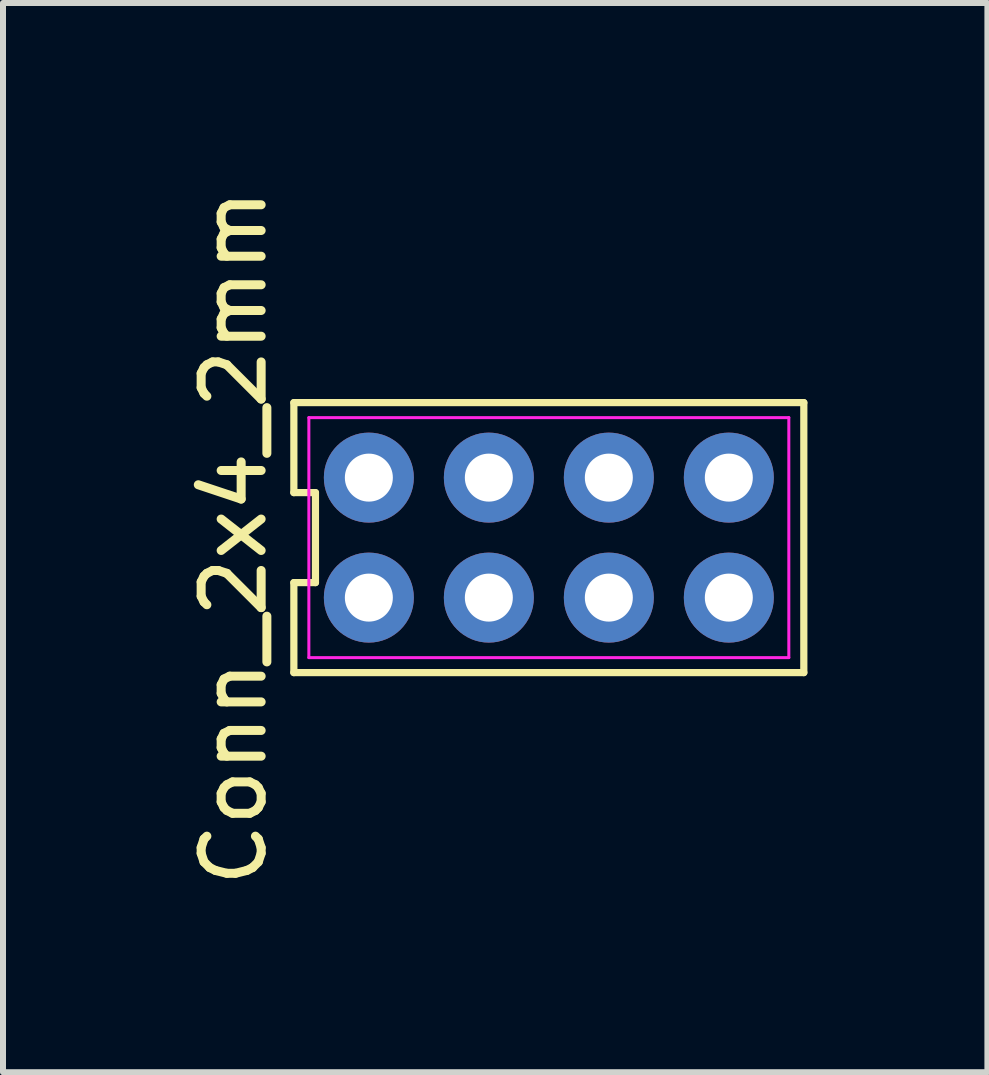
<source format=kicad_pcb>
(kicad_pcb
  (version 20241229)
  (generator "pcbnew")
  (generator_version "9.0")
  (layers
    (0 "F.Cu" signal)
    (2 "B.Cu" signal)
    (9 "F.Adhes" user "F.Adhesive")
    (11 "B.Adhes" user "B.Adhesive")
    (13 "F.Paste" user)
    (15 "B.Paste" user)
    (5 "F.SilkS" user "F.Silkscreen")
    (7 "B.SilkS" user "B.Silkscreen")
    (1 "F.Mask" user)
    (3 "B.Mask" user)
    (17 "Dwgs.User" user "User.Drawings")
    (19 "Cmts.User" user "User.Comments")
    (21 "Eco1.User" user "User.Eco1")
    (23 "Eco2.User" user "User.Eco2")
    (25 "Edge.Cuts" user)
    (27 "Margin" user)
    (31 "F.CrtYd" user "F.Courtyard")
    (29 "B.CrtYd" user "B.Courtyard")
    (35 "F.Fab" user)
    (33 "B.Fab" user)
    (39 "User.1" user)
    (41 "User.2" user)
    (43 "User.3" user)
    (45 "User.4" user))
  (footprint "Conn_2x4_2mm"
    (layer "F.Cu")
    (at 6.098 5.911)
    (property "Reference" "Conn_2x4_2mm" (at -5.25 0 90) (layer "F.SilkS") (effects (font (size 1 1) (thickness 0.15))))
    (attr through_hole)
    (fp_line (start -4.25 -2.25) (end -4.25 -0.75) (stroke (width 0.12) (type solid)) (layer "F.SilkS"))
    (fp_line (start -4.25 -0.75) (end -3.89 -0.75) (stroke (width 0.12) (type solid)) (layer "F.SilkS"))
    (fp_line (start -4.25 0.75) (end -4.25 2.25) (stroke (width 0.12) (type solid)) (layer "F.SilkS"))
    (fp_line (start -4.25 2.25) (end 4.25 2.25) (stroke (width 0.12) (type solid)) (layer "F.SilkS"))
    (fp_line (start -3.89 -0.75) (end -3.89 0.75) (stroke (width 0.12) (type solid)) (layer "F.SilkS"))
    (fp_line (start -3.89 0.75) (end -4.25 0.75) (stroke (width 0.12) (type solid)) (layer "F.SilkS"))
    (fp_line (start 4.25 -2.25) (end -4.25 -2.25) (stroke (width 0.12) (type solid)) (layer "F.SilkS"))
    (fp_line (start 4.25 2.25) (end 4.25 -2.25) (stroke (width 0.12) (type solid)) (layer "F.SilkS"))
    (fp_line (start -4 -2) (end 4 -2) (stroke (width 0.05) (type solid)) (layer "F.CrtYd"))
    (fp_line (start -4 2) (end -4 -2) (stroke (width 0.05) (type solid)) (layer "F.CrtYd"))
    (fp_line (start 4 -2) (end 4 2) (stroke (width 0.05) (type solid)) (layer "F.CrtYd"))
    (fp_line (start 4 2) (end -4 2) (stroke (width 0.05) (type solid)) (layer "F.CrtYd"))
    (pad "1" thru_hole circle (at -3 1) (size 1.5 1.5) (drill 0.8) (layers "*.Cu" "*.Mask"))
    (pad "2" thru_hole circle (at -1 1) (size 1.5 1.5) (drill 0.8) (layers "*.Cu" "*.Mask"))
    (pad "3" thru_hole circle (at 1 1) (size 1.5 1.5) (drill 0.8) (layers "*.Cu" "*.Mask"))
    (pad "4" thru_hole circle (at 3 1) (size 1.5 1.5) (drill 0.8) (layers "*.Cu" "*.Mask"))
    (pad "5" thru_hole circle (at 3 -1) (size 1.5 1.5) (drill 0.8) (layers "*.Cu" "*.Mask"))
    (pad "6" thru_hole circle (at 1 -1) (size 1.5 1.5) (drill 0.8) (layers "*.Cu" "*.Mask"))
    (pad "7" thru_hole circle (at -1 -1) (size 1.5 1.5) (drill 0.8) (layers "*.Cu" "*.Mask"))
    (pad "8" thru_hole circle (at -3 -1) (size 1.5 1.5) (drill 0.8) (layers "*.Cu" "*.Mask")))
  (gr_rect
    (start -3 -3)
    (end 13.408 14.821)
    (stroke (width 0.1) (type default))
    (fill no)
    (layer "Edge.Cuts")))
</source>
